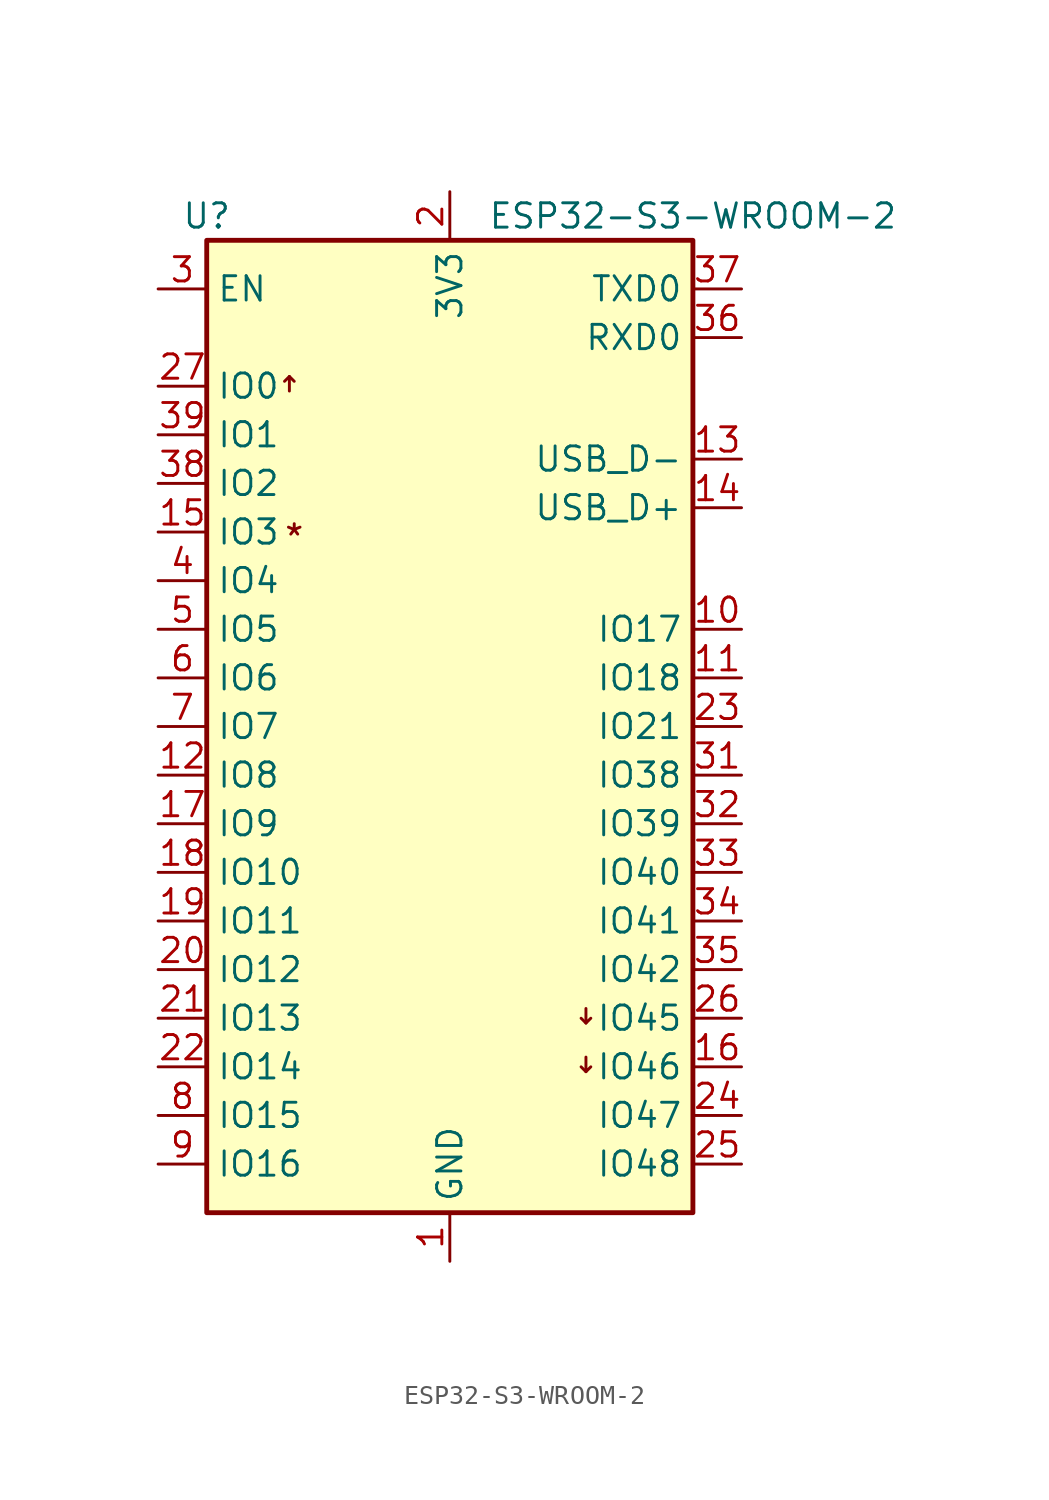
<source format=kicad_sym>
(kicad_symbol_lib
  (version 20241209)
  (generator "kicad_symbol_editor")
  (generator_version "9.0")
  (symbol "ESP32-S3-WROOM-2"
    (property "Reference" "U"
      (at -12.7 26.67 0)
      (effects (font (size 1.27 1.27))))
    (property "Value" "ESP32-S3-WROOM-2"
      (at 12.7 26.67 0)
      (effects (font (size 1.27 1.27))))
    (symbol "ESP32-S3-WROOM-2_0_0"
      (rectangle (start -12.7 25.4) (end 12.7 -25.4) (stroke (width 0.254) (type default)) (fill (type background))))
    (symbol "ESP32-S3-WROOM-2_0_1"
      (polyline (pts (xy -8.382 18.288) (xy -8.128 18.034)) (stroke (width 0) (type default)) (fill (type none)))
      (polyline (pts (xy -8.382 17.526) (xy -8.382 18.288) (xy -8.636 18.034)) (stroke (width 0) (type default)) (fill (type none)))
      (polyline (pts (xy 7.112 -14.732) (xy 7.112 -15.494) (xy 7.366 -15.24)) (stroke (width 0) (type default)) (fill (type none)))
      (polyline (pts (xy 7.112 -15.494) (xy 6.858 -15.24)) (stroke (width 0) (type default)) (fill (type none)))
      (polyline (pts (xy 7.112 -17.272) (xy 7.112 -18.034) (xy 7.366 -17.78)) (stroke (width 0) (type default)) (fill (type none)))
      (polyline (pts (xy 7.112 -18.034) (xy 6.858 -17.78)) (stroke (width 0) (type default)) (fill (type none))))
    (symbol "ESP32-S3-WROOM-2_1_1"
      (text "*" (at -8.128 9.906 0) (effects (font (size 1.27 1.27))))
      (pin input line (at -15.24 22.86 0) (length 2.54) (name "EN" (effects (font (size 1.27 1.27)))) (number "3" (effects (font (size 1.27 1.27)))))
      (pin bidirectional line (at -15.24 17.78 0) (length 2.54) (name "IO0" (effects (font (size 1.27 1.27)))) (number "27" (effects (font (size 1.27 1.27)))))
      (pin bidirectional line (at -15.24 15.24 0) (length 2.54) (name "IO1" (effects (font (size 1.27 1.27)))) (number "39" (effects (font (size 1.27 1.27)))))
      (pin bidirectional line (at -15.24 12.7 0) (length 2.54) (name "IO2" (effects (font (size 1.27 1.27)))) (number "38" (effects (font (size 1.27 1.27)))))
      (pin bidirectional line (at -15.24 10.16 0) (length 2.54) (name "IO3" (effects (font (size 1.27 1.27)))) (number "15" (effects (font (size 1.27 1.27)))))
      (pin bidirectional line (at -15.24 7.62 0) (length 2.54) (name "IO4" (effects (font (size 1.27 1.27)))) (number "4" (effects (font (size 1.27 1.27)))))
      (pin bidirectional line (at -15.24 5.08 0) (length 2.54) (name "IO5" (effects (font (size 1.27 1.27)))) (number "5" (effects (font (size 1.27 1.27)))))
      (pin bidirectional line (at -15.24 2.54 0) (length 2.54) (name "IO6" (effects (font (size 1.27 1.27)))) (number "6" (effects (font (size 1.27 1.27)))))
      (pin bidirectional line (at -15.24 0 0) (length 2.54) (name "IO7" (effects (font (size 1.27 1.27)))) (number "7" (effects (font (size 1.27 1.27)))))
      (pin bidirectional line (at -15.24 -2.54 0) (length 2.54) (name "IO8" (effects (font (size 1.27 1.27)))) (number "12" (effects (font (size 1.27 1.27)))))
      (pin bidirectional line (at -15.24 -5.08 0) (length 2.54) (name "IO9" (effects (font (size 1.27 1.27)))) (number "17" (effects (font (size 1.27 1.27)))))
      (pin bidirectional line (at -15.24 -7.62 0) (length 2.54) (name "IO10" (effects (font (size 1.27 1.27)))) (number "18" (effects (font (size 1.27 1.27)))))
      (pin bidirectional line (at -15.24 -10.16 0) (length 2.54) (name "IO11" (effects (font (size 1.27 1.27)))) (number "19" (effects (font (size 1.27 1.27)))))
      (pin bidirectional line (at -15.24 -12.7 0) (length 2.54) (name "IO12" (effects (font (size 1.27 1.27)))) (number "20" (effects (font (size 1.27 1.27)))))
      (pin bidirectional line (at -15.24 -15.24 0) (length 2.54) (name "IO13" (effects (font (size 1.27 1.27)))) (number "21" (effects (font (size 1.27 1.27)))))
      (pin bidirectional line (at -15.24 -17.78 0) (length 2.54) (name "IO14" (effects (font (size 1.27 1.27)))) (number "22" (effects (font (size 1.27 1.27)))))
      (pin bidirectional line (at -15.24 -20.32 0) (length 2.54) (name "IO15" (effects (font (size 1.27 1.27)))) (number "8" (effects (font (size 1.27 1.27)))))
      (pin bidirectional line (at -15.24 -22.86 0) (length 2.54) (name "IO16" (effects (font (size 1.27 1.27)))) (number "9" (effects (font (size 1.27 1.27)))))
      (pin power_in line (at 0 27.94 270) (length 2.54) (name "3V3" (effects (font (size 1.27 1.27)))) (number "2" (effects (font (size 1.27 1.27)))))
      (pin power_in line (at 0 -27.94 90) (length 2.54) (name "GND" (effects (font (size 1.27 1.27)))) (number "1" (effects (font (size 1.27 1.27)))))
      (pin passive line (at 0 -27.94 90) (length 2.54) (hide yes) (name "GND" (effects (font (size 1.27 1.27)))) (number "40" (effects (font (size 1.27 1.27)))))
      (pin passive line (at 0 -27.94 90) (length 2.54) (hide yes) (name "GND" (effects (font (size 1.27 1.27)))) (number "41" (effects (font (size 1.27 1.27)))))
      (pin bidirectional line (at 3.81 -25.4 270) (length 2.54) (hide yes) (name "NC1" (effects (font (size 1.27 1.27)))) (number "28" (effects (font (size 1.27 1.27)))))
      (pin bidirectional line (at 3.81 -25.4 270) (length 2.54) (hide yes) (name "NC2" (effects (font (size 1.27 1.27)))) (number "29" (effects (font (size 1.27 1.27)))))
      (pin bidirectional line (at 3.81 -25.4 270) (length 2.54) (hide yes) (name "NC3" (effects (font (size 1.27 1.27)))) (number "30" (effects (font (size 1.27 1.27)))))
      (pin bidirectional line (at 15.24 22.86 180) (length 2.54) (name "TXD0" (effects (font (size 1.27 1.27)))) (number "37" (effects (font (size 1.27 1.27)))))
      (pin bidirectional line (at 15.24 20.32 180) (length 2.54) (name "RXD0" (effects (font (size 1.27 1.27)))) (number "36" (effects (font (size 1.27 1.27)))))
      (pin bidirectional line (at 15.24 13.97 180) (length 2.54) (name "USB_D-" (effects (font (size 1.27 1.27)))) (number "13" (effects (font (size 1.27 1.27)))) (alternate "IO19" bidirectional line))
      (pin bidirectional line (at 15.24 11.43 180) (length 2.54) (name "USB_D+" (effects (font (size 1.27 1.27)))) (number "14" (effects (font (size 1.27 1.27)))) (alternate "IO20" bidirectional line))
      (pin bidirectional line (at 15.24 5.08 180) (length 2.54) (name "IO17" (effects (font (size 1.27 1.27)))) (number "10" (effects (font (size 1.27 1.27)))))
      (pin bidirectional line (at 15.24 2.54 180) (length 2.54) (name "IO18" (effects (font (size 1.27 1.27)))) (number "11" (effects (font (size 1.27 1.27)))))
      (pin bidirectional line (at 15.24 0 180) (length 2.54) (name "IO21" (effects (font (size 1.27 1.27)))) (number "23" (effects (font (size 1.27 1.27)))))
      (pin bidirectional line (at 15.24 -2.54 180) (length 2.54) (name "IO38" (effects (font (size 1.27 1.27)))) (number "31" (effects (font (size 1.27 1.27)))))
      (pin bidirectional line (at 15.24 -5.08 180) (length 2.54) (name "IO39" (effects (font (size 1.27 1.27)))) (number "32" (effects (font (size 1.27 1.27)))))
      (pin bidirectional line (at 15.24 -7.62 180) (length 2.54) (name "IO40" (effects (font (size 1.27 1.27)))) (number "33" (effects (font (size 1.27 1.27)))))
      (pin bidirectional line (at 15.24 -10.16 180) (length 2.54) (name "IO41" (effects (font (size 1.27 1.27)))) (number "34" (effects (font (size 1.27 1.27)))))
      (pin bidirectional line (at 15.24 -12.7 180) (length 2.54) (name "IO42" (effects (font (size 1.27 1.27)))) (number "35" (effects (font (size 1.27 1.27)))))
      (pin bidirectional line (at 15.24 -15.24 180) (length 2.54) (name "IO45" (effects (font (size 1.27 1.27)))) (number "26" (effects (font (size 1.27 1.27)))))
      (pin bidirectional line (at 15.24 -17.78 180) (length 2.54) (name "IO46" (effects (font (size 1.27 1.27)))) (number "16" (effects (font (size 1.27 1.27)))))
      (pin bidirectional line (at 15.24 -20.32 180) (length 2.54) (name "IO47" (effects (font (size 1.27 1.27)))) (number "24" (effects (font (size 1.27 1.27)))))
      (pin bidirectional line (at 15.24 -22.86 180) (length 2.54) (name "IO48" (effects (font (size 1.27 1.27)))) (number "25" (effects (font (size 1.27 1.27))))))))
</source>
